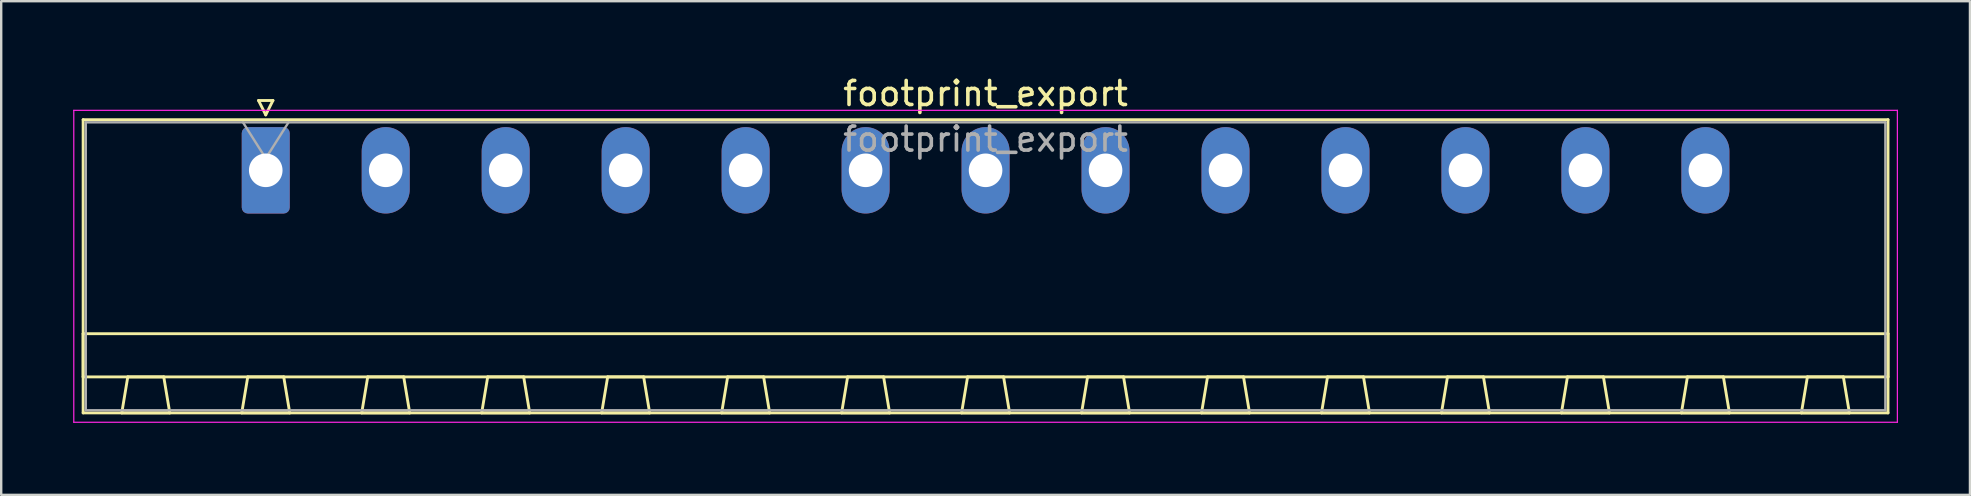
<source format=kicad_pcb>
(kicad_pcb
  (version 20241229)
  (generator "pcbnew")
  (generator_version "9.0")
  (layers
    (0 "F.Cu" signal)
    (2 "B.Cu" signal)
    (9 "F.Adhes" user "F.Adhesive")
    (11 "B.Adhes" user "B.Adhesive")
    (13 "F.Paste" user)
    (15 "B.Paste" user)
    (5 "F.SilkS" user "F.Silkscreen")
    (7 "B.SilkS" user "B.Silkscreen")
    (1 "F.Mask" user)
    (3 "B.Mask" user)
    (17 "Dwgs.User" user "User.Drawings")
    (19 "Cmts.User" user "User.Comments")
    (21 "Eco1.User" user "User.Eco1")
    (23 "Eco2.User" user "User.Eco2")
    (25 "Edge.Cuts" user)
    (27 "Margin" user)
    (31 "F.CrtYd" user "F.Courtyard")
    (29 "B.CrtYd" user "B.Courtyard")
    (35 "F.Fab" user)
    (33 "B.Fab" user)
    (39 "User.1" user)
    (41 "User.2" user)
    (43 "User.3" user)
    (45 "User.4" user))
  (footprint "footprint_export"
    (layer "F.Cu")
    (at 8.025 4.048)
    (property "Reference" "footprint_export" (at 30 -3.2 0) (layer "F.SilkS") (effects (font (size 1 1) (thickness 0.15))))
    (attr through_hole)
    (fp_line (start -7.61 -2.11) (end -7.61 10.11) (stroke (width 0.12) (type solid)) (layer "F.SilkS"))
    (fp_line (start -7.61 6.81) (end 67.61 6.81) (stroke (width 0.12) (type solid)) (layer "F.SilkS"))
    (fp_line (start -7.61 8.61) (end -7.61 6.81) (stroke (width 0.12) (type solid)) (layer "F.SilkS"))
    (fp_line (start -7.61 10.11) (end 67.61 10.11) (stroke (width 0.12) (type solid)) (layer "F.SilkS"))
    (fp_line (start -6 10.11) (end -4 10.11) (stroke (width 0.12) (type solid)) (layer "F.SilkS"))
    (fp_line (start -5.75 8.61) (end -6 10.11) (stroke (width 0.12) (type solid)) (layer "F.SilkS"))
    (fp_line (start -4.25 8.61) (end -5.75 8.61) (stroke (width 0.12) (type solid)) (layer "F.SilkS"))
    (fp_line (start -4 10.11) (end -4.25 8.61) (stroke (width 0.12) (type solid)) (layer "F.SilkS"))
    (fp_line (start -1 10.11) (end 1 10.11) (stroke (width 0.12) (type solid)) (layer "F.SilkS"))
    (fp_line (start -0.75 8.61) (end -1 10.11) (stroke (width 0.12) (type solid)) (layer "F.SilkS"))
    (fp_line (start -0.3 -2.91) (end 0.3 -2.91) (stroke (width 0.12) (type solid)) (layer "F.SilkS"))
    (fp_line (start 0 -2.31) (end -0.3 -2.91) (stroke (width 0.12) (type solid)) (layer "F.SilkS"))
    (fp_line (start 0.3 -2.91) (end 0 -2.31) (stroke (width 0.12) (type solid)) (layer "F.SilkS"))
    (fp_line (start 0.75 8.61) (end -0.75 8.61) (stroke (width 0.12) (type solid)) (layer "F.SilkS"))
    (fp_line (start 1 10.11) (end 0.75 8.61) (stroke (width 0.12) (type solid)) (layer "F.SilkS"))
    (fp_line (start 4 10.11) (end 6 10.11) (stroke (width 0.12) (type solid)) (layer "F.SilkS"))
    (fp_line (start 4.25 8.61) (end 4 10.11) (stroke (width 0.12) (type solid)) (layer "F.SilkS"))
    (fp_line (start 5.75 8.61) (end 4.25 8.61) (stroke (width 0.12) (type solid)) (layer "F.SilkS"))
    (fp_line (start 6 10.11) (end 5.75 8.61) (stroke (width 0.12) (type solid)) (layer "F.SilkS"))
    (fp_line (start 9 10.11) (end 11 10.11) (stroke (width 0.12) (type solid)) (layer "F.SilkS"))
    (fp_line (start 9.25 8.61) (end 9 10.11) (stroke (width 0.12) (type solid)) (layer "F.SilkS"))
    (fp_line (start 10.75 8.61) (end 9.25 8.61) (stroke (width 0.12) (type solid)) (layer "F.SilkS"))
    (fp_line (start 11 10.11) (end 10.75 8.61) (stroke (width 0.12) (type solid)) (layer "F.SilkS"))
    (fp_line (start 14 10.11) (end 16 10.11) (stroke (width 0.12) (type solid)) (layer "F.SilkS"))
    (fp_line (start 14.25 8.61) (end 14 10.11) (stroke (width 0.12) (type solid)) (layer "F.SilkS"))
    (fp_line (start 15.75 8.61) (end 14.25 8.61) (stroke (width 0.12) (type solid)) (layer "F.SilkS"))
    (fp_line (start 16 10.11) (end 15.75 8.61) (stroke (width 0.12) (type solid)) (layer "F.SilkS"))
    (fp_line (start 19 10.11) (end 21 10.11) (stroke (width 0.12) (type solid)) (layer "F.SilkS"))
    (fp_line (start 19.25 8.61) (end 19 10.11) (stroke (width 0.12) (type solid)) (layer "F.SilkS"))
    (fp_line (start 20.75 8.61) (end 19.25 8.61) (stroke (width 0.12) (type solid)) (layer "F.SilkS"))
    (fp_line (start 21 10.11) (end 20.75 8.61) (stroke (width 0.12) (type solid)) (layer "F.SilkS"))
    (fp_line (start 24 10.11) (end 26 10.11) (stroke (width 0.12) (type solid)) (layer "F.SilkS"))
    (fp_line (start 24.25 8.61) (end 24 10.11) (stroke (width 0.12) (type solid)) (layer "F.SilkS"))
    (fp_line (start 25.75 8.61) (end 24.25 8.61) (stroke (width 0.12) (type solid)) (layer "F.SilkS"))
    (fp_line (start 26 10.11) (end 25.75 8.61) (stroke (width 0.12) (type solid)) (layer "F.SilkS"))
    (fp_line (start 29 10.11) (end 31 10.11) (stroke (width 0.12) (type solid)) (layer "F.SilkS"))
    (fp_line (start 29.25 8.61) (end 29 10.11) (stroke (width 0.12) (type solid)) (layer "F.SilkS"))
    (fp_line (start 30.75 8.61) (end 29.25 8.61) (stroke (width 0.12) (type solid)) (layer "F.SilkS"))
    (fp_line (start 31 10.11) (end 30.75 8.61) (stroke (width 0.12) (type solid)) (layer "F.SilkS"))
    (fp_line (start 34 10.11) (end 36 10.11) (stroke (width 0.12) (type solid)) (layer "F.SilkS"))
    (fp_line (start 34.25 8.61) (end 34 10.11) (stroke (width 0.12) (type solid)) (layer "F.SilkS"))
    (fp_line (start 35.75 8.61) (end 34.25 8.61) (stroke (width 0.12) (type solid)) (layer "F.SilkS"))
    (fp_line (start 36 10.11) (end 35.75 8.61) (stroke (width 0.12) (type solid)) (layer "F.SilkS"))
    (fp_line (start 39 10.11) (end 41 10.11) (stroke (width 0.12) (type solid)) (layer "F.SilkS"))
    (fp_line (start 39.25 8.61) (end 39 10.11) (stroke (width 0.12) (type solid)) (layer "F.SilkS"))
    (fp_line (start 40.75 8.61) (end 39.25 8.61) (stroke (width 0.12) (type solid)) (layer "F.SilkS"))
    (fp_line (start 41 10.11) (end 40.75 8.61) (stroke (width 0.12) (type solid)) (layer "F.SilkS"))
    (fp_line (start 44 10.11) (end 46 10.11) (stroke (width 0.12) (type solid)) (layer "F.SilkS"))
    (fp_line (start 44.25 8.61) (end 44 10.11) (stroke (width 0.12) (type solid)) (layer "F.SilkS"))
    (fp_line (start 45.75 8.61) (end 44.25 8.61) (stroke (width 0.12) (type solid)) (layer "F.SilkS"))
    (fp_line (start 46 10.11) (end 45.75 8.61) (stroke (width 0.12) (type solid)) (layer "F.SilkS"))
    (fp_line (start 49 10.11) (end 51 10.11) (stroke (width 0.12) (type solid)) (layer "F.SilkS"))
    (fp_line (start 49.25 8.61) (end 49 10.11) (stroke (width 0.12) (type solid)) (layer "F.SilkS"))
    (fp_line (start 50.75 8.61) (end 49.25 8.61) (stroke (width 0.12) (type solid)) (layer "F.SilkS"))
    (fp_line (start 51 10.11) (end 50.75 8.61) (stroke (width 0.12) (type solid)) (layer "F.SilkS"))
    (fp_line (start 54 10.11) (end 56 10.11) (stroke (width 0.12) (type solid)) (layer "F.SilkS"))
    (fp_line (start 54.25 8.61) (end 54 10.11) (stroke (width 0.12) (type solid)) (layer "F.SilkS"))
    (fp_line (start 55.75 8.61) (end 54.25 8.61) (stroke (width 0.12) (type solid)) (layer "F.SilkS"))
    (fp_line (start 56 10.11) (end 55.75 8.61) (stroke (width 0.12) (type solid)) (layer "F.SilkS"))
    (fp_line (start 59 10.11) (end 61 10.11) (stroke (width 0.12) (type solid)) (layer "F.SilkS"))
    (fp_line (start 59.25 8.61) (end 59 10.11) (stroke (width 0.12) (type solid)) (layer "F.SilkS"))
    (fp_line (start 60.75 8.61) (end 59.25 8.61) (stroke (width 0.12) (type solid)) (layer "F.SilkS"))
    (fp_line (start 61 10.11) (end 60.75 8.61) (stroke (width 0.12) (type solid)) (layer "F.SilkS"))
    (fp_line (start 64 10.11) (end 66 10.11) (stroke (width 0.12) (type solid)) (layer "F.SilkS"))
    (fp_line (start 64.25 8.61) (end 64 10.11) (stroke (width 0.12) (type solid)) (layer "F.SilkS"))
    (fp_line (start 65.75 8.61) (end 64.25 8.61) (stroke (width 0.12) (type solid)) (layer "F.SilkS"))
    (fp_line (start 66 10.11) (end 65.75 8.61) (stroke (width 0.12) (type solid)) (layer "F.SilkS"))
    (fp_line (start 67.61 -2.11) (end -7.61 -2.11) (stroke (width 0.12) (type solid)) (layer "F.SilkS"))
    (fp_line (start 67.61 6.81) (end 67.61 8.61) (stroke (width 0.12) (type solid)) (layer "F.SilkS"))
    (fp_line (start 67.61 8.61) (end -7.61 8.61) (stroke (width 0.12) (type solid)) (layer "F.SilkS"))
    (fp_line (start 67.61 10.11) (end 67.61 -2.11) (stroke (width 0.12) (type solid)) (layer "F.SilkS"))
    (fp_line (start -8 -2.5) (end -8 10.5) (stroke (width 0.05) (type solid)) (layer "F.CrtYd"))
    (fp_line (start -8 10.5) (end 68 10.5) (stroke (width 0.05) (type solid)) (layer "F.CrtYd"))
    (fp_line (start 68 -2.5) (end -8 -2.5) (stroke (width 0.05) (type solid)) (layer "F.CrtYd"))
    (fp_line (start 68 10.5) (end 68 -2.5) (stroke (width 0.05) (type solid)) (layer "F.CrtYd"))
    (fp_line (start -7.5 -2) (end -7.5 10) (stroke (width 0.1) (type solid)) (layer "F.Fab"))
    (fp_line (start -7.5 10) (end 67.5 10) (stroke (width 0.1) (type solid)) (layer "F.Fab"))
    (fp_line (start 0 -0.5) (end -0.95 -2) (stroke (width 0.1) (type solid)) (layer "F.Fab"))
    (fp_line (start 0.95 -2) (end 0 -0.5) (stroke (width 0.1) (type solid)) (layer "F.Fab"))
    (fp_line (start 67.5 -2) (end -7.5 -2) (stroke (width 0.1) (type solid)) (layer "F.Fab"))
    (fp_line (start 67.5 10) (end 67.5 -2) (stroke (width 0.1) (type solid)) (layer "F.Fab"))
    (fp_text user "${REFERENCE}" (at 30 -1.3 0) (layer "F.Fab") (effects (font (size 1 1) (thickness 0.15))))
    (pad "1" thru_hole roundrect (at 0 0) (size 2 3.6) (drill 1.4) (layers "*.Cu" "*.Mask") (roundrect_rratio 0.125))
    (pad "2" thru_hole oval (at 5 0) (size 2 3.6) (drill 1.4) (layers "*.Cu" "*.Mask"))
    (pad "3" thru_hole oval (at 10 0) (size 2 3.6) (drill 1.4) (layers "*.Cu" "*.Mask"))
    (pad "4" thru_hole oval (at 15 0) (size 2 3.6) (drill 1.4) (layers "*.Cu" "*.Mask"))
    (pad "5" thru_hole oval (at 20 0) (size 2 3.6) (drill 1.4) (layers "*.Cu" "*.Mask"))
    (pad "6" thru_hole oval (at 25 0) (size 2 3.6) (drill 1.4) (layers "*.Cu" "*.Mask"))
    (pad "7" thru_hole oval (at 30 0) (size 2 3.6) (drill 1.4) (layers "*.Cu" "*.Mask"))
    (pad "8" thru_hole oval (at 35 0) (size 2 3.6) (drill 1.4) (layers "*.Cu" "*.Mask"))
    (pad "9" thru_hole oval (at 40 0) (size 2 3.6) (drill 1.4) (layers "*.Cu" "*.Mask"))
    (pad "10" thru_hole oval (at 45 0) (size 2 3.6) (drill 1.4) (layers "*.Cu" "*.Mask"))
    (pad "11" thru_hole oval (at 50 0) (size 2 3.6) (drill 1.4) (layers "*.Cu" "*.Mask"))
    (pad "12" thru_hole oval (at 55 0) (size 2 3.6) (drill 1.4) (layers "*.Cu" "*.Mask"))
    (pad "13" thru_hole oval (at 60 0) (size 2 3.6) (drill 1.4) (layers "*.Cu" "*.Mask")))
  (gr_rect
    (start -3 -3)
    (end 79.05 17.573)
    (stroke (width 0.1) (type default))
    (fill no)
    (layer "Edge.Cuts")))
</source>
